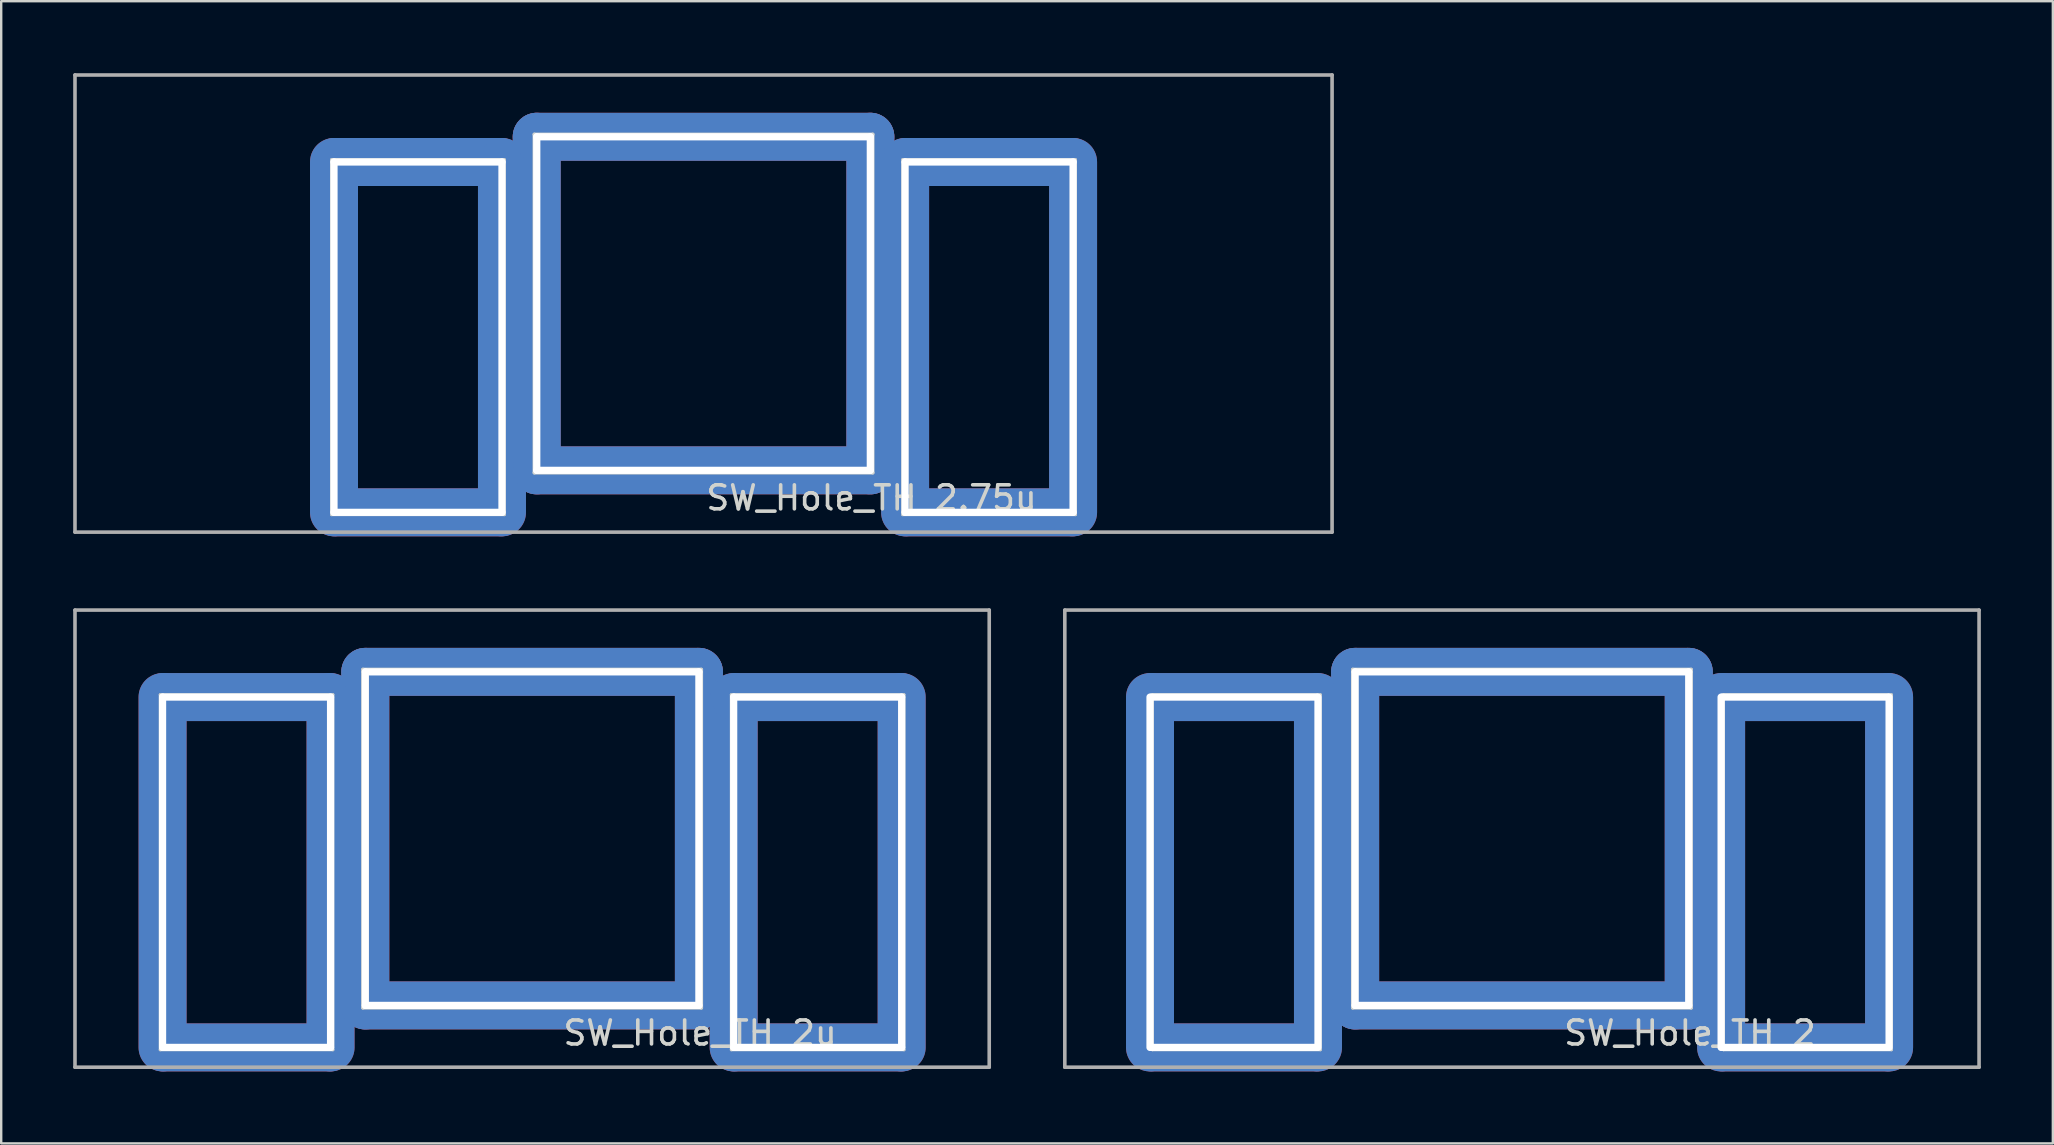
<source format=kicad_pcb>
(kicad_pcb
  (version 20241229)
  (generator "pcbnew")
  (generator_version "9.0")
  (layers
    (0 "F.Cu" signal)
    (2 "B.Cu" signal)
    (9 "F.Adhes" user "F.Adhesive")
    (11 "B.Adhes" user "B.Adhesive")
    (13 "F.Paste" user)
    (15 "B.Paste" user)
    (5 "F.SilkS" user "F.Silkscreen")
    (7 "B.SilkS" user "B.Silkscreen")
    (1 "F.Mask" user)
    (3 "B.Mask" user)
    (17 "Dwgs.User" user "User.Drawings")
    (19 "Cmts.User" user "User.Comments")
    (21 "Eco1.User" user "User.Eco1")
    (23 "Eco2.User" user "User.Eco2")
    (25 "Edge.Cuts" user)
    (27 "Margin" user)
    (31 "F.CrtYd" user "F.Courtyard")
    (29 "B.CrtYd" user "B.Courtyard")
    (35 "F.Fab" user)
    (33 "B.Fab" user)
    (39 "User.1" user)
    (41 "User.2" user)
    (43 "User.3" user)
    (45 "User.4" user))
  (footprint "SW_Hole_TH_2"
    (layer "F.Cu")
    (at 60.375 31.9)
    (property "Reference" "SW_Hole_TH_2" (at 7 8.1 0) (layer "Edge.Cuts") (effects (font (size 1 1) (thickness 0.15))))
    (attr through_hole)
    (fp_line (start -15.4 -6) (end -8.4 -6) (stroke (width 0.12) (type solid)) (layer "Edge.Cuts"))
    (fp_line (start -15.4 8.8) (end -15.4 -6) (stroke (width 0.12) (type solid)) (layer "Edge.Cuts"))
    (fp_line (start -8.4 -6) (end -8.4 8.8) (stroke (width 0.12) (type solid)) (layer "Edge.Cuts"))
    (fp_line (start -8.4 8.8) (end -15.4 8.8) (stroke (width 0.12) (type solid)) (layer "Edge.Cuts"))
    (fp_line (start -7.05 -7.05) (end 7.05 -7.05) (stroke (width 0.15) (type solid)) (layer "Edge.Cuts"))
    (fp_line (start -7.05 7.05) (end -7.05 -7.05) (stroke (width 0.15) (type solid)) (layer "Edge.Cuts"))
    (fp_line (start 7.05 -7.05) (end 7.05 7.05) (stroke (width 0.15) (type solid)) (layer "Edge.Cuts"))
    (fp_line (start 7.05 7.05) (end -7.05 7.05) (stroke (width 0.15) (type solid)) (layer "Edge.Cuts"))
    (fp_line (start 8.4 -6) (end 8.4 8.8) (stroke (width 0.12) (type solid)) (layer "Edge.Cuts"))
    (fp_line (start 8.4 8.8) (end 15.4 8.8) (stroke (width 0.12) (type solid)) (layer "Edge.Cuts"))
    (fp_line (start 15.4 -6) (end 8.4 -6) (stroke (width 0.12) (type solid)) (layer "Edge.Cuts"))
    (fp_line (start 15.4 8.8) (end 15.4 -6) (stroke (width 0.12) (type solid)) (layer "Edge.Cuts"))
    (fp_line (start -19.05 -9.525) (end -19.05 9.525) (stroke (width 0.15) (type solid)) (layer "F.Fab"))
    (fp_line (start -19.05 9.525) (end 19.05 9.525) (stroke (width 0.15) (type solid)) (layer "F.Fab"))
    (fp_line (start 19.05 -9.525) (end -19.05 -9.525) (stroke (width 0.15) (type solid)) (layer "F.Fab"))
    (fp_line (start 19.05 9.525) (end 19.05 -9.525) (stroke (width 0.15) (type solid)) (layer "F.Fab"))
    (pad "1" thru_hole oval (at -15.5 1.4) (size 2 16.6) (drill oval 0.3 14.9) (layers "*.Cu" "*.Mask"))
    (pad "1" thru_hole oval (at -12 -5.9 90) (size 2 8.8) (drill oval 0.3 7.2) (layers "*.Cu" "*.Mask"))
    (pad "1" thru_hole oval (at -12 8.7 90) (size 2 8.8) (drill oval 0.3 7.2) (layers "*.Cu" "*.Mask"))
    (pad "1" thru_hole oval (at -8.5 1.4) (size 2 16.6) (drill oval 0.3 14.9) (layers "*.Cu" "*.Mask"))
    (pad "1" thru_hole oval (at -6.95 0) (size 2 15.9) (drill oval 0.3 14.2) (layers "*.Cu" "*.Mask"))
    (pad "1" thru_hole oval (at 0 -6.95 90) (size 2 15.9) (drill oval 0.3 14.2) (layers "*.Cu" "*.Mask"))
    (pad "1" thru_hole oval (at 0 6.95 90) (size 2 15.9) (drill oval 0.3 14.2) (layers "*.Cu" "*.Mask"))
    (pad "1" thru_hole oval (at 6.95 0) (size 2 15.9) (drill oval 0.3 14.2) (layers "*.Cu" "*.Mask"))
    (pad "1" thru_hole oval (at 8.3 1.4) (size 2 16.6) (drill oval 0.3 14.9) (layers "*.Cu" "*.Mask"))
    (pad "1" thru_hole oval (at 11.8 -5.9 90) (size 2 8.8) (drill oval 0.3 7.2) (layers "*.Cu" "*.Mask"))
    (pad "1" thru_hole oval (at 11.8 8.7 90) (size 2 8.8) (drill oval 0.3 7.2) (layers "*.Cu" "*.Mask"))
    (pad "1" thru_hole oval (at 15.3 1.4) (size 2 16.6) (drill oval 0.3 14.9) (layers "*.Cu" "*.Mask")))
  (footprint "SW_Hole_TH_2u"
    (layer "F.Cu")
    (at 19.125 31.9)
    (property "Reference" "SW_Hole_TH_2u" (at 7 8.1 0) (layer "Edge.Cuts") (effects (font (size 1 1) (thickness 0.15))))
    (attr through_hole)
    (fp_line (start -15.5 -6) (end -8.3 -6) (stroke (width 0.12) (type solid)) (layer "Edge.Cuts"))
    (fp_line (start -15.5 8.8) (end -15.5 -6) (stroke (width 0.12) (type solid)) (layer "Edge.Cuts"))
    (fp_line (start -8.3 -6) (end -8.3 8.8) (stroke (width 0.12) (type solid)) (layer "Edge.Cuts"))
    (fp_line (start -8.3 8.8) (end -15.5 8.8) (stroke (width 0.12) (type solid)) (layer "Edge.Cuts"))
    (fp_line (start -7.05 -7.05) (end 7.05 -7.05) (stroke (width 0.15) (type solid)) (layer "Edge.Cuts"))
    (fp_line (start -7.05 7.05) (end -7.05 -7.05) (stroke (width 0.15) (type solid)) (layer "Edge.Cuts"))
    (fp_line (start 7.05 -7.05) (end 7.05 7.05) (stroke (width 0.15) (type solid)) (layer "Edge.Cuts"))
    (fp_line (start 7.05 7.05) (end -7.05 7.05) (stroke (width 0.15) (type solid)) (layer "Edge.Cuts"))
    (fp_line (start 8.3 -6) (end 8.3 8.8) (stroke (width 0.12) (type solid)) (layer "Edge.Cuts"))
    (fp_line (start 8.3 8.8) (end 15.5 8.8) (stroke (width 0.12) (type solid)) (layer "Edge.Cuts"))
    (fp_line (start 15.5 -6) (end 8.3 -6) (stroke (width 0.12) (type solid)) (layer "Edge.Cuts"))
    (fp_line (start 15.5 8.8) (end 15.5 -6) (stroke (width 0.12) (type solid)) (layer "Edge.Cuts"))
    (fp_line (start -19.05 -9.525) (end -19.05 9.525) (stroke (width 0.15) (type solid)) (layer "F.Fab"))
    (fp_line (start -19.05 9.525) (end 19.05 9.525) (stroke (width 0.15) (type solid)) (layer "F.Fab"))
    (fp_line (start 19.05 -9.525) (end -19.05 -9.525) (stroke (width 0.15) (type solid)) (layer "F.Fab"))
    (fp_line (start 19.05 9.525) (end 19.05 -9.525) (stroke (width 0.15) (type solid)) (layer "F.Fab"))
    (pad "1" thru_hole oval (at -15.4 1.4) (size 2 16.6) (drill oval 0.3 14.9) (layers "*.Cu" "*.Mask"))
    (pad "1" thru_hole oval (at -11.9 -5.9 90) (size 2 8.9) (drill oval 0.3 7.3) (layers "*.Cu" "*.Mask"))
    (pad "1" thru_hole oval (at -11.9 8.7 90) (size 2 8.9) (drill oval 0.3 7.3) (layers "*.Cu" "*.Mask"))
    (pad "1" thru_hole oval (at -8.4 1.4) (size 2 16.6) (drill oval 0.3 14.9) (layers "*.Cu" "*.Mask"))
    (pad "1" thru_hole oval (at -6.95 0) (size 2 15.9) (drill oval 0.3 14.2) (layers "*.Cu" "*.Mask"))
    (pad "1" thru_hole oval (at 0 -6.95 90) (size 2 15.9) (drill oval 0.3 14.2) (layers "*.Cu" "*.Mask"))
    (pad "1" thru_hole oval (at 0 6.95 90) (size 2 15.9) (drill oval 0.3 14.2) (layers "*.Cu" "*.Mask"))
    (pad "1" thru_hole oval (at 6.95 0) (size 2 15.9) (drill oval 0.3 14.2) (layers "*.Cu" "*.Mask"))
    (pad "1" thru_hole oval (at 8.4 1.4) (size 2 16.6) (drill oval 0.3 14.9) (layers "*.Cu" "*.Mask"))
    (pad "1" thru_hole oval (at 11.9 -5.9 90) (size 2 8.9) (drill oval 0.3 7.3) (layers "*.Cu" "*.Mask"))
    (pad "1" thru_hole oval (at 11.9 8.7 90) (size 2 8.9) (drill oval 0.3 7.3) (layers "*.Cu" "*.Mask"))
    (pad "1" thru_hole oval (at 15.4 1.4) (size 2 16.6) (drill oval 0.3 14.9) (layers "*.Cu" "*.Mask")))
  (footprint "SW_Hole_TH_2.75u"
    (layer "F.Cu")
    (at 26.269 9.6)
    (property "Reference" "SW_Hole_TH_2.75u" (at 7 8.1 0) (layer "Edge.Cuts") (effects (font (size 1 1) (thickness 0.15))))
    (attr through_hole)
    (fp_line (start -15.5 -6) (end -8.3 -6) (stroke (width 0.12) (type solid)) (layer "Edge.Cuts"))
    (fp_line (start -15.5 8.8) (end -15.5 -6) (stroke (width 0.12) (type solid)) (layer "Edge.Cuts"))
    (fp_line (start -8.3 -6) (end -8.3 8.8) (stroke (width 0.12) (type solid)) (layer "Edge.Cuts"))
    (fp_line (start -8.3 8.8) (end -15.5 8.8) (stroke (width 0.12) (type solid)) (layer "Edge.Cuts"))
    (fp_line (start -7.05 -7.05) (end 7.05 -7.05) (stroke (width 0.15) (type solid)) (layer "Edge.Cuts"))
    (fp_line (start -7.05 7.05) (end -7.05 -7.05) (stroke (width 0.15) (type solid)) (layer "Edge.Cuts"))
    (fp_line (start 7.05 -7.05) (end 7.05 7.05) (stroke (width 0.15) (type solid)) (layer "Edge.Cuts"))
    (fp_line (start 7.05 7.05) (end -7.05 7.05) (stroke (width 0.15) (type solid)) (layer "Edge.Cuts"))
    (fp_line (start 8.3 -6) (end 8.3 8.8) (stroke (width 0.12) (type solid)) (layer "Edge.Cuts"))
    (fp_line (start 8.3 8.8) (end 15.5 8.8) (stroke (width 0.12) (type solid)) (layer "Edge.Cuts"))
    (fp_line (start 15.5 -6) (end 8.3 -6) (stroke (width 0.12) (type solid)) (layer "Edge.Cuts"))
    (fp_line (start 15.5 8.8) (end 15.5 -6) (stroke (width 0.12) (type solid)) (layer "Edge.Cuts"))
    (fp_line (start -26.194 -9.525) (end -26.194 9.525) (stroke (width 0.15) (type solid)) (layer "F.Fab"))
    (fp_line (start -26.194 9.525) (end 26.194 9.525) (stroke (width 0.15) (type solid)) (layer "F.Fab"))
    (fp_line (start 26.194 -9.525) (end -26.194 -9.525) (stroke (width 0.15) (type solid)) (layer "F.Fab"))
    (fp_line (start 26.194 9.525) (end 26.194 -9.525) (stroke (width 0.15) (type solid)) (layer "F.Fab"))
    (pad "1" thru_hole oval (at -15.4 1.4) (size 2 16.6) (drill oval 0.3 14.9) (layers "*.Cu" "*.Mask"))
    (pad "1" thru_hole oval (at -11.9 -5.9 90) (size 2 8.9) (drill oval 0.3 7.3) (layers "*.Cu" "*.Mask"))
    (pad "1" thru_hole oval (at -11.9 8.7 90) (size 2 8.9) (drill oval 0.3 7.3) (layers "*.Cu" "*.Mask"))
    (pad "1" thru_hole oval (at -8.4 1.4) (size 2 16.6) (drill oval 0.3 14.9) (layers "*.Cu" "*.Mask"))
    (pad "1" thru_hole oval (at -6.95 0) (size 2 15.9) (drill oval 0.3 14.2) (layers "*.Cu" "*.Mask"))
    (pad "1" thru_hole oval (at 0 -6.95 90) (size 2 15.9) (drill oval 0.3 14.2) (layers "*.Cu" "*.Mask"))
    (pad "1" thru_hole oval (at 0 6.95 90) (size 2 15.9) (drill oval 0.3 14.2) (layers "*.Cu" "*.Mask"))
    (pad "1" thru_hole oval (at 6.95 0) (size 2 15.9) (drill oval 0.3 14.2) (layers "*.Cu" "*.Mask"))
    (pad "1" thru_hole oval (at 8.4 1.4) (size 2 16.6) (drill oval 0.3 14.9) (layers "*.Cu" "*.Mask"))
    (pad "1" thru_hole oval (at 11.9 -5.9 90) (size 2 8.9) (drill oval 0.3 7.3) (layers "*.Cu" "*.Mask"))
    (pad "1" thru_hole oval (at 11.9 8.7 90) (size 2 8.9) (drill oval 0.3 7.3) (layers "*.Cu" "*.Mask"))
    (pad "1" thru_hole oval (at 15.4 1.4) (size 2 16.6) (drill oval 0.3 14.9) (layers "*.Cu" "*.Mask")))
  (gr_rect
    (start -3 -3)
    (end 82.5 44.6)
    (stroke (width 0.1) (type default))
    (fill no)
    (layer "Edge.Cuts")))
</source>
